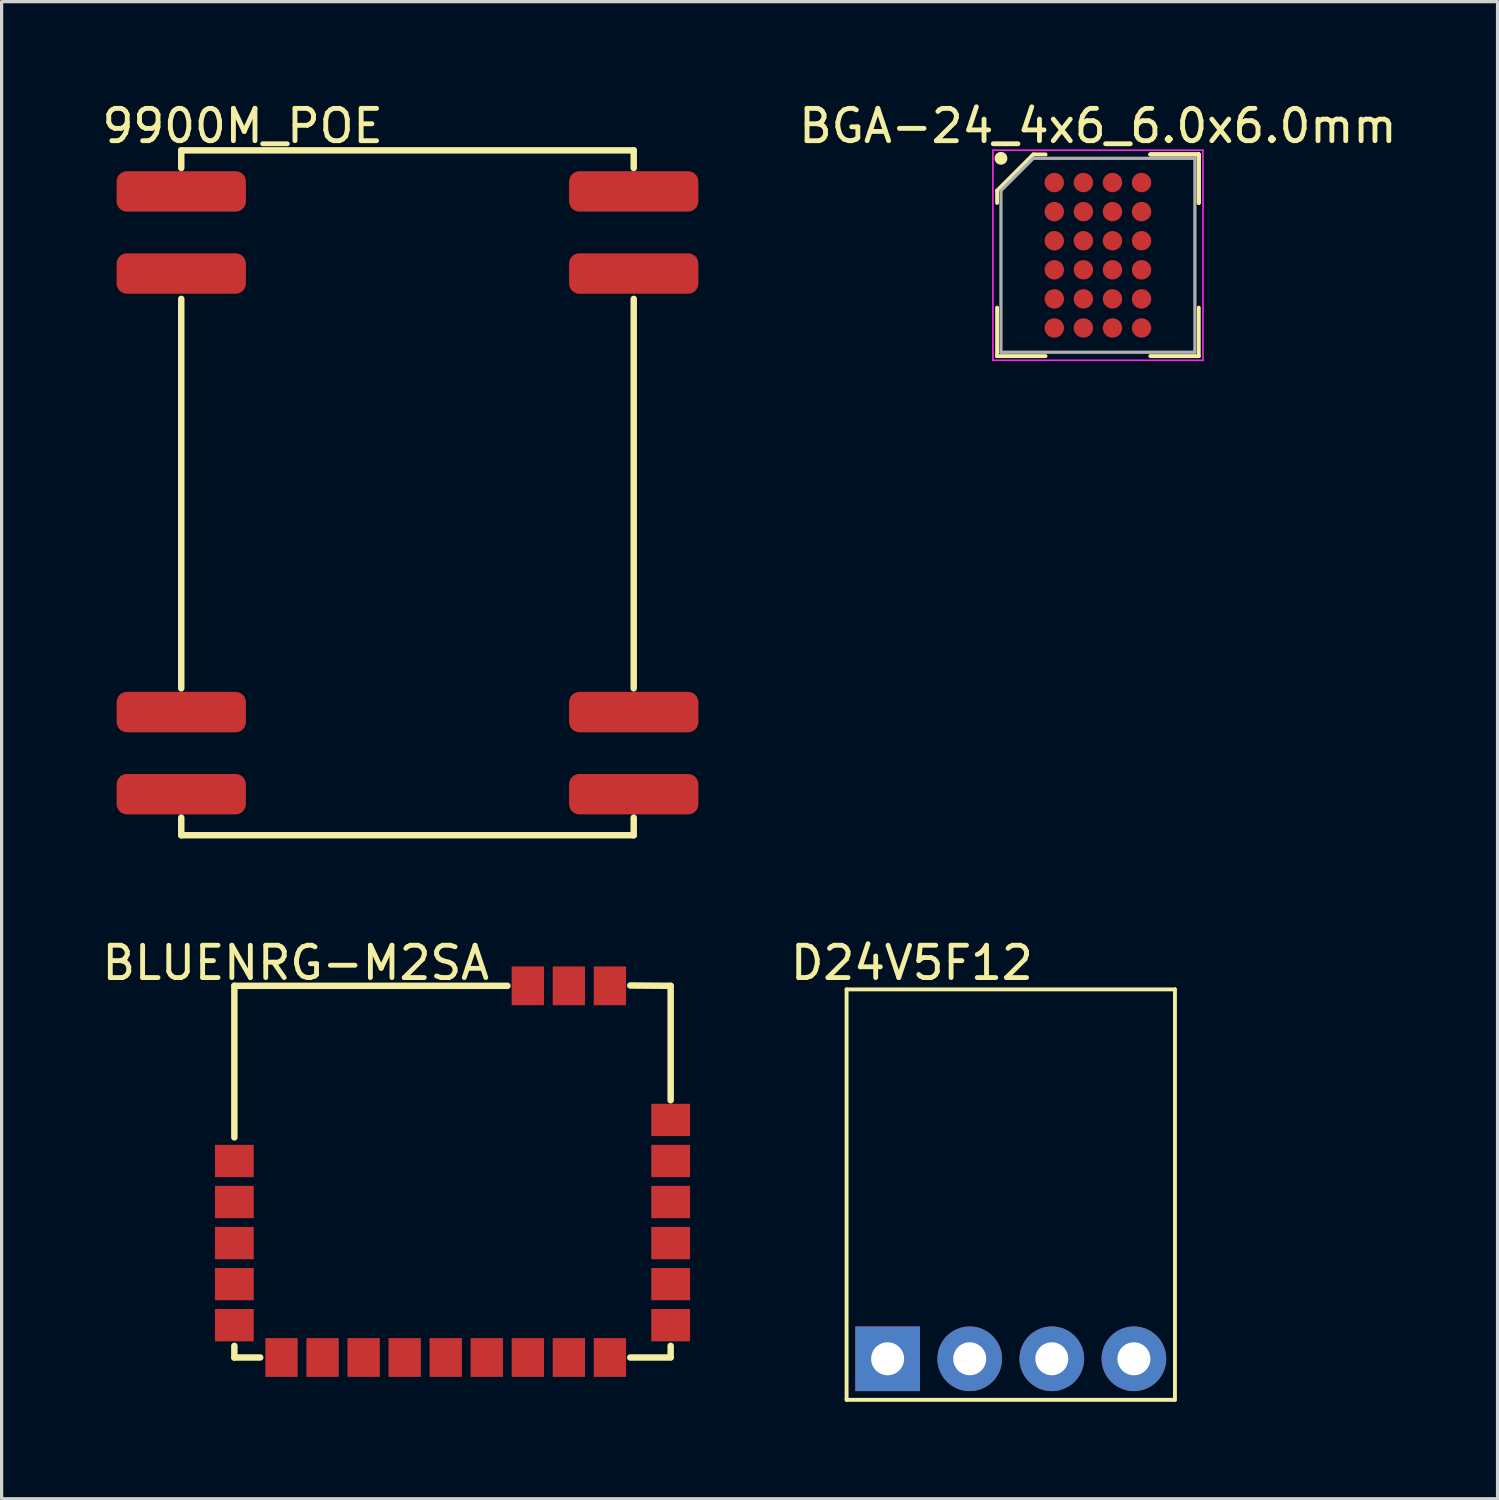
<source format=kicad_pcb>
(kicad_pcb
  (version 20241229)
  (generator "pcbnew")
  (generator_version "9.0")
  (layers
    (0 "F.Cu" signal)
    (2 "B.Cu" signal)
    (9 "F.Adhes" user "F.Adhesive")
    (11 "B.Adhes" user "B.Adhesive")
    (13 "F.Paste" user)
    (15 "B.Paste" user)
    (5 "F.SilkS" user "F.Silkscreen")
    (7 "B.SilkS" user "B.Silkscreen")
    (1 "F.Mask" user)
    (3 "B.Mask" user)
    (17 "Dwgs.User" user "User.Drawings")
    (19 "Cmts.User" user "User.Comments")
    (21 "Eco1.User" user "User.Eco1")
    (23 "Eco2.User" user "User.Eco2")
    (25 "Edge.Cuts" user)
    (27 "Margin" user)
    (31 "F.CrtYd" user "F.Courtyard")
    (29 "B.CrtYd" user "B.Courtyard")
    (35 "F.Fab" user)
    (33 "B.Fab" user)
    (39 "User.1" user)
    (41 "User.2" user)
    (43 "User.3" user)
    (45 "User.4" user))
  (footprint "9900M_POE"
    (layer "F.Cu")
    (at 9.558 12.198)
    (property "Reference" "9900M_POE" (at -5.1 -11.35 0) (layer "F.SilkS") (effects (font (size 1 1) (thickness 0.15))))
    (attr through_hole)
    (fp_line (start -7 -10.595) (end -7 -10.05) (stroke (width 0.2) (type solid)) (layer "F.SilkS"))
    (fp_line (start -7 -10.595) (end 7 -10.595) (stroke (width 0.2) (type solid)) (layer "F.SilkS"))
    (fp_line (start -7 -6) (end -7 6.05) (stroke (width 0.2) (type solid)) (layer "F.SilkS"))
    (fp_line (start -7 10.595) (end -7 10.05) (stroke (width 0.2) (type solid)) (layer "F.SilkS"))
    (fp_line (start -7 10.595) (end 7 10.595) (stroke (width 0.2) (type solid)) (layer "F.SilkS"))
    (fp_line (start 7 -10.595) (end 7 -10.05) (stroke (width 0.2) (type solid)) (layer "F.SilkS"))
    (fp_line (start 7 -6) (end 7 6.05) (stroke (width 0.2) (type solid)) (layer "F.SilkS"))
    (fp_line (start 7 10.595) (end 7 10.05) (stroke (width 0.2) (type solid)) (layer "F.SilkS"))
    (pad "1" smd roundrect (at -7 -9.325) (size 4 1.25) (layers "F.Cu" "F.Mask" "F.Paste") (roundrect_rratio 0.25))
    (pad "2" smd roundrect (at -7 -6.785) (size 4 1.25) (layers "F.Cu" "F.Mask" "F.Paste") (roundrect_rratio 0.25))
    (pad "3" smd roundrect (at -7 6.785) (size 4 1.25) (layers "F.Cu" "F.Mask" "F.Paste") (roundrect_rratio 0.25))
    (pad "4" smd roundrect (at -7 9.325) (size 4 1.25) (layers "F.Cu" "F.Mask" "F.Paste") (roundrect_rratio 0.25))
    (pad "5" smd roundrect (at 7 9.325) (size 4 1.25) (layers "F.Cu" "F.Mask" "F.Paste") (roundrect_rratio 0.25))
    (pad "6" smd roundrect (at 7 6.785) (size 4 1.25) (layers "F.Cu" "F.Mask" "F.Paste") (roundrect_rratio 0.25))
    (pad "7" smd roundrect (at 7 -6.785) (size 4 1.25) (layers "F.Cu" "F.Mask" "F.Paste") (roundrect_rratio 0.25))
    (pad "8" smd roundrect (at 7 -9.325) (size 4 1.25) (layers "F.Cu" "F.Mask" "F.Paste") (roundrect_rratio 0.25)))
  (footprint "BGA-24_4x6_6.0x6.0mm"
    (layer "F.Cu")
    (at 30.921 4.848)
    (property "Reference" "BGA-24_4x6_6.0x6.0mm" (at 0 -4 0) (layer "F.SilkS") (effects (font (size 1 1) (thickness 0.15))))
    (attr smd)
    (fp_line (start -3.12 -2) (end -3.12 -1.62) (stroke (width 0.12) (type solid)) (layer "F.SilkS"))
    (fp_line (start -3.12 3.12) (end -3.12 1.62) (stroke (width 0.12) (type solid)) (layer "F.SilkS"))
    (fp_line (start -2 -3.12) (end -3.12 -2) (stroke (width 0.12) (type solid)) (layer "F.SilkS"))
    (fp_line (start -1.62 -3.12) (end -2 -3.12) (stroke (width 0.12) (type solid)) (layer "F.SilkS"))
    (fp_line (start -1.62 3.12) (end -3.12 3.12) (stroke (width 0.12) (type solid)) (layer "F.SilkS"))
    (fp_line (start 1.62 -3.12) (end 3.12 -3.12) (stroke (width 0.12) (type solid)) (layer "F.SilkS"))
    (fp_line (start 1.62 -3.12) (end 3.12 -3.12) (stroke (width 0.12) (type solid)) (layer "F.SilkS"))
    (fp_line (start 1.62 -3.12) (end 3.12 -3.12) (stroke (width 0.12) (type solid)) (layer "F.SilkS"))
    (fp_line (start 1.62 3.12) (end 3.12 3.12) (stroke (width 0.12) (type solid)) (layer "F.SilkS"))
    (fp_line (start 3.12 -3.12) (end 3.12 -1.62) (stroke (width 0.12) (type solid)) (layer "F.SilkS"))
    (fp_line (start 3.12 -3.12) (end 3.12 -1.62) (stroke (width 0.12) (type solid)) (layer "F.SilkS"))
    (fp_line (start 3.12 -3.12) (end 3.12 -1.62) (stroke (width 0.12) (type solid)) (layer "F.SilkS"))
    (fp_line (start 3.12 3.12) (end 3.12 1.62) (stroke (width 0.12) (type solid)) (layer "F.SilkS"))
    (fp_circle (center -3 -3) (end -3 -2.9) (stroke (width 0.2) (type solid)) (fill no) (layer "F.SilkS"))
    (fp_line (start -3.25 -3.25) (end 3.25 -3.25) (stroke (width 0.05) (type solid)) (layer "F.CrtYd"))
    (fp_line (start -3.25 3.25) (end -3.25 -3.25) (stroke (width 0.05) (type solid)) (layer "F.CrtYd"))
    (fp_line (start 3.25 -3.25) (end 3.25 3.25) (stroke (width 0.05) (type solid)) (layer "F.CrtYd"))
    (fp_line (start 3.25 3.25) (end -3.25 3.25) (stroke (width 0.05) (type solid)) (layer "F.CrtYd"))
    (fp_line (start -3 -2) (end -3 3) (stroke (width 0.1) (type solid)) (layer "F.Fab"))
    (fp_line (start -3 3) (end 3 3) (stroke (width 0.1) (type solid)) (layer "F.Fab"))
    (fp_line (start -2 -3) (end -3 -2) (stroke (width 0.1) (type solid)) (layer "F.Fab"))
    (fp_line (start 3 -3) (end -2 -3) (stroke (width 0.1) (type solid)) (layer "F.Fab"))
    (fp_line (start 3 3) (end 3 -3) (stroke (width 0.1) (type solid)) (layer "F.Fab"))
    (pad "A1" smd circle (at -1.35 -2.25) (size 0.6 0.6) (layers "F.Cu" "F.Mask" "F.Paste"))
    (pad "A2" smd circle (at -0.45 -2.25) (size 0.6 0.6) (layers "F.Cu" "F.Mask" "F.Paste"))
    (pad "A3" smd circle (at 0.45 -2.25) (size 0.6 0.6) (layers "F.Cu" "F.Mask" "F.Paste"))
    (pad "A4" smd circle (at 1.35 -2.25) (size 0.6 0.6) (layers "F.Cu" "F.Mask" "F.Paste"))
    (pad "B1" smd circle (at -1.35 -1.35) (size 0.6 0.6) (layers "F.Cu" "F.Mask" "F.Paste"))
    (pad "B2" smd circle (at -0.45 -1.35) (size 0.6 0.6) (layers "F.Cu" "F.Mask" "F.Paste"))
    (pad "B3" smd circle (at 0.45 -1.35) (size 0.6 0.6) (layers "F.Cu" "F.Mask" "F.Paste"))
    (pad "B4" smd circle (at 1.35 -1.35) (size 0.6 0.6) (layers "F.Cu" "F.Mask" "F.Paste"))
    (pad "C1" smd circle (at -1.35 -0.45) (size 0.6 0.6) (layers "F.Cu" "F.Mask" "F.Paste"))
    (pad "C2" smd circle (at -0.45 -0.45) (size 0.6 0.6) (layers "F.Cu" "F.Mask" "F.Paste"))
    (pad "C3" smd circle (at 0.45 -0.45) (size 0.6 0.6) (layers "F.Cu" "F.Mask" "F.Paste"))
    (pad "C4" smd circle (at 1.35 -0.45) (size 0.6 0.6) (layers "F.Cu" "F.Mask" "F.Paste"))
    (pad "D1" smd circle (at -1.35 0.45) (size 0.6 0.6) (layers "F.Cu" "F.Mask" "F.Paste"))
    (pad "D2" smd circle (at -0.45 0.45) (size 0.6 0.6) (layers "F.Cu" "F.Mask" "F.Paste"))
    (pad "D3" smd circle (at 0.45 0.45) (size 0.6 0.6) (layers "F.Cu" "F.Mask" "F.Paste"))
    (pad "D4" smd circle (at 1.35 0.45) (size 0.6 0.6) (layers "F.Cu" "F.Mask" "F.Paste"))
    (pad "E1" smd circle (at -1.35 1.35) (size 0.6 0.6) (layers "F.Cu" "F.Mask" "F.Paste"))
    (pad "E2" smd circle (at -0.45 1.35) (size 0.6 0.6) (layers "F.Cu" "F.Mask" "F.Paste"))
    (pad "E3" smd circle (at 0.45 1.35) (size 0.6 0.6) (layers "F.Cu" "F.Mask" "F.Paste"))
    (pad "E4" smd circle (at 1.35 1.35) (size 0.6 0.6) (layers "F.Cu" "F.Mask" "F.Paste"))
    (pad "F1" smd circle (at -1.35 2.25) (size 0.6 0.6) (layers "F.Cu" "F.Mask" "F.Paste"))
    (pad "F2" smd circle (at -0.45 2.25) (size 0.6 0.6) (layers "F.Cu" "F.Mask" "F.Paste"))
    (pad "F3" smd circle (at 0.45 2.25) (size 0.6 0.6) (layers "F.Cu" "F.Mask" "F.Paste"))
    (pad "F4" smd circle (at 1.35 2.25) (size 0.6 0.6) (layers "F.Cu" "F.Mask" "F.Paste")))
  (footprint "D24V5F12"
    (layer "F.Cu")
    (at 24.414 38.992)
    (property "Reference" "D24V5F12" (at 0.75 -12.25 0) (unlocked yes) (layer "F.SilkS") (effects (font (size 1 1) (thickness 0.15))))
    (attr through_hole)
    (fp_line (start -1.27 -11.43) (end 8.89 -11.43) (stroke (width 0.12) (type solid)) (layer "F.SilkS"))
    (fp_line (start -1.27 1.27) (end -1.27 -11.43) (stroke (width 0.12) (type solid)) (layer "F.SilkS"))
    (fp_line (start -1.27 1.27) (end 8.89 1.27) (stroke (width 0.12) (type solid)) (layer "F.SilkS"))
    (fp_line (start 8.89 1.27) (end 8.89 -11.43) (stroke (width 0.12) (type solid)) (layer "F.SilkS"))
    (pad "1" thru_hole rect (at 0 0) (size 2 2) (drill 1.02) (layers "*.Cu" "*.Mask"))
    (pad "2" thru_hole circle (at 2.54 0) (size 2 2) (drill 1.02) (layers "*.Cu" "*.Mask"))
    (pad "3" thru_hole circle (at 5.08 0) (size 2 2) (drill 1.02) (layers "*.Cu" "*.Mask"))
    (pad "4" thru_hole circle (at 7.62 0) (size 2 2) (drill 1.02) (layers "*.Cu" "*.Mask")))
  (footprint "BLUENRG-M2SA"
    (layer "F.Cu")
    (at 10.951 34.142)
    (property "Reference" "BLUENRG-M2SA" (at -4.85 -7.4 0) (layer "F.SilkS") (effects (font (size 1 1) (thickness 0.15))))
    (attr through_hole)
    (fp_line (start -6.75 -2) (end -6.75 -6.69) (stroke (width 0.2) (type solid)) (layer "F.SilkS"))
    (fp_line (start -6.75 4.45) (end -6.75 4.81) (stroke (width 0.2) (type solid)) (layer "F.SilkS"))
    (fp_line (start -5.95 4.81) (end -6.75 4.81) (stroke (width 0.2) (type solid)) (layer "F.SilkS"))
    (fp_line (start 1.7 -6.69) (end -6.75 -6.69) (stroke (width 0.2) (type solid)) (layer "F.SilkS"))
    (fp_line (start 5.5 -6.7) (end 6.75 -6.69) (stroke (width 0.2) (type solid)) (layer "F.SilkS"))
    (fp_line (start 5.5 4.81) (end 6.75 4.81) (stroke (width 0.2) (type solid)) (layer "F.SilkS"))
    (fp_line (start 6.75 -3.15) (end 6.75 -6.69) (stroke (width 0.2) (type solid)) (layer "F.SilkS"))
    (fp_line (start 6.75 4.8) (end 6.75 4.45) (stroke (width 0.2) (type solid)) (layer "F.SilkS"))
    (pad "1" smd rect (at -6.75 -1.27) (size 1.2 1) (layers "F.Cu" "F.Mask" "F.Paste"))
    (pad "2" smd rect (at -6.75 0) (size 1.2 1) (layers "F.Cu" "F.Mask" "F.Paste"))
    (pad "3" smd rect (at -6.75 1.27) (size 1.2 1) (layers "F.Cu" "F.Mask" "F.Paste"))
    (pad "4" smd rect (at -6.75 2.54) (size 1.2 1) (layers "F.Cu" "F.Mask" "F.Paste"))
    (pad "5" smd rect (at -6.75 3.81) (size 1.2 1) (layers "F.Cu" "F.Mask" "F.Paste"))
    (pad "6" smd rect (at -5.29 4.81 90) (size 1.2 1) (layers "F.Cu" "F.Mask" "F.Paste"))
    (pad "7" smd rect (at -4.02 4.81 90) (size 1.2 1) (layers "F.Cu" "F.Mask" "F.Paste"))
    (pad "8" smd rect (at -2.75 4.81 90) (size 1.2 1) (layers "F.Cu" "F.Mask" "F.Paste"))
    (pad "9" smd rect (at -1.48 4.81 90) (size 1.2 1) (layers "F.Cu" "F.Mask" "F.Paste"))
    (pad "10" smd rect (at -0.21 4.81 90) (size 1.2 1) (layers "F.Cu" "F.Mask" "F.Paste"))
    (pad "11" smd rect (at 1.06 4.81 90) (size 1.2 1) (layers "F.Cu" "F.Mask" "F.Paste"))
    (pad "12" smd rect (at 2.33 4.81 90) (size 1.2 1) (layers "F.Cu" "F.Mask" "F.Paste"))
    (pad "13" smd rect (at 3.6 4.81 90) (size 1.2 1) (layers "F.Cu" "F.Mask" "F.Paste"))
    (pad "14" smd rect (at 4.87 4.81 90) (size 1.2 1) (layers "F.Cu" "F.Mask" "F.Paste"))
    (pad "15" smd rect (at 6.75 3.81) (size 1.2 1) (layers "F.Cu" "F.Mask" "F.Paste"))
    (pad "16" smd rect (at 6.75 2.54) (size 1.2 1) (layers "F.Cu" "F.Mask" "F.Paste"))
    (pad "17" smd rect (at 6.75 1.27) (size 1.2 1) (layers "F.Cu" "F.Mask" "F.Paste"))
    (pad "18" smd rect (at 6.75 0) (size 1.2 1) (layers "F.Cu" "F.Mask" "F.Paste"))
    (pad "19" smd rect (at 6.75 -1.27) (size 1.2 1) (layers "F.Cu" "F.Mask" "F.Paste"))
    (pad "20" smd rect (at 6.75 -2.54) (size 1.2 1) (layers "F.Cu" "F.Mask" "F.Paste"))
    (pad "21" smd rect (at 4.87 -6.69 90) (size 1.2 1) (layers "F.Cu" "F.Mask" "F.Paste"))
    (pad "22" smd rect (at 3.6 -6.69 90) (size 1.2 1) (layers "F.Cu" "F.Mask" "F.Paste"))
    (pad "23" smd rect (at 2.33 -6.69 90) (size 1.2 1) (layers "F.Cu" "F.Mask" "F.Paste")))
  (gr_rect
    (start -3 -3)
    (end 43.285 43.322)
    (stroke (width 0.1) (type default))
    (fill no)
    (layer "Edge.Cuts")))
</source>
